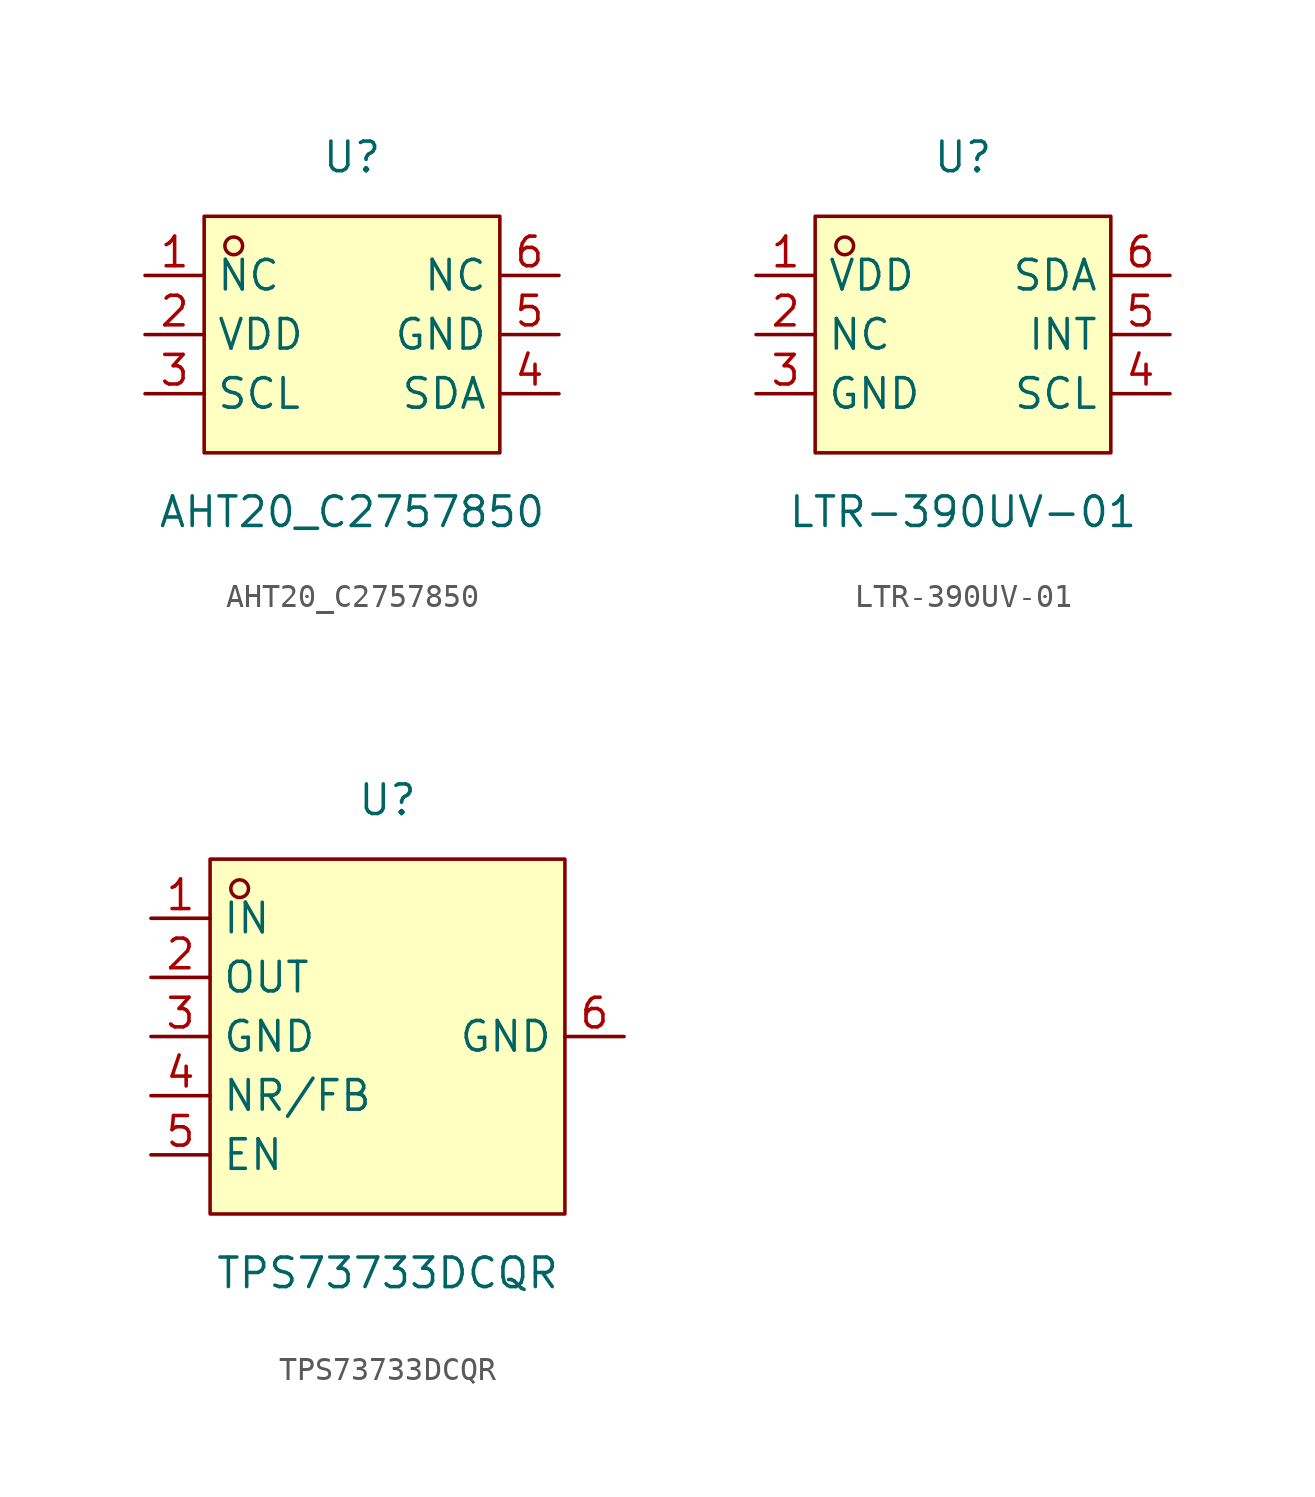
<source format=kicad_sym>
(kicad_symbol_lib
  (version 20211014)
  (generator https://github.com/uPesy/easyeda2kicad.py)
  (symbol "AHT20_C2757850"
    (property "Reference" "U"
      (at 0 7.62 0)
      (effects (font (size 1.27 1.27))))
    (property "Value" "AHT20_C2757850"
      (at 0 -7.62 0)
      (effects (font (size 1.27 1.27))))
    (symbol "AHT20_C2757850_0_1"
      (rectangle (start -6.35 5.08) (end 6.35 -5.08) (stroke (width 0) (type default) (color 0 0 0 0)) (fill (type background)))
      (circle (center -5.08 3.81) (radius 0.38) (stroke (width 0) (type default) (color 0 0 0 0)) (fill (type none)))
      (pin unspecified line (at -8.89 2.54 0) (length 2.54) (name "NC" (effects (font (size 1.27 1.27)))) (number "1" (effects (font (size 1.27 1.27)))))
      (pin unspecified line (at -8.89 -0.00 0) (length 2.54) (name "VDD" (effects (font (size 1.27 1.27)))) (number "2" (effects (font (size 1.27 1.27)))))
      (pin unspecified line (at -8.89 -2.54 0) (length 2.54) (name "SCL" (effects (font (size 1.27 1.27)))) (number "3" (effects (font (size 1.27 1.27)))))
      (pin unspecified line (at 8.89 -2.54 180) (length 2.54) (name "SDA" (effects (font (size 1.27 1.27)))) (number "4" (effects (font (size 1.27 1.27)))))
      (pin unspecified line (at 8.89 -0.00 180) (length 2.54) (name "GND" (effects (font (size 1.27 1.27)))) (number "5" (effects (font (size 1.27 1.27)))))
      (pin unspecified line (at 8.89 2.54 180) (length 2.54) (name "NC" (effects (font (size 1.27 1.27)))) (number "6" (effects (font (size 1.27 1.27)))))))
  (symbol "LTR-390UV-01"
    (property "Reference" "U"
      (at 0 7.62 0)
      (effects (font (size 1.27 1.27))))
    (property "Value" "LTR-390UV-01"
      (at 0 -7.62 0)
      (effects (font (size 1.27 1.27))))
    (symbol "LTR-390UV-01_0_1"
      (rectangle (start -6.35 5.08) (end 6.35 -5.08) (stroke (width 0) (type default) (color 0 0 0 0)) (fill (type background)))
      (circle (center -5.08 3.81) (radius 0.38) (stroke (width 0) (type default) (color 0 0 0 0)) (fill (type none)))
      (pin unspecified line (at -8.89 2.54 0) (length 2.54) (name "VDD" (effects (font (size 1.27 1.27)))) (number "1" (effects (font (size 1.27 1.27)))))
      (pin unspecified line (at -8.89 -0.00 0) (length 2.54) (name "NC" (effects (font (size 1.27 1.27)))) (number "2" (effects (font (size 1.27 1.27)))))
      (pin unspecified line (at -8.89 -2.54 0) (length 2.54) (name "GND" (effects (font (size 1.27 1.27)))) (number "3" (effects (font (size 1.27 1.27)))))
      (pin unspecified line (at 8.89 -2.54 180) (length 2.54) (name "SCL" (effects (font (size 1.27 1.27)))) (number "4" (effects (font (size 1.27 1.27)))))
      (pin unspecified line (at 8.89 -0.00 180) (length 2.54) (name "INT" (effects (font (size 1.27 1.27)))) (number "5" (effects (font (size 1.27 1.27)))))
      (pin unspecified line (at 8.89 2.54 180) (length 2.54) (name "SDA" (effects (font (size 1.27 1.27)))) (number "6" (effects (font (size 1.27 1.27)))))))
  (symbol "TPS73733DCQR"
    (property "Reference" "U"
      (at 0 10.16 0)
      (effects (font (size 1.27 1.27))))
    (property "Value" "TPS73733DCQR"
      (at 0 -10.16 0)
      (effects (font (size 1.27 1.27))))
    (symbol "TPS73733DCQR_0_1"
      (rectangle (start -7.62 7.62) (end 7.62 -7.62) (stroke (width 0) (type default) (color 0 0 0 0)) (fill (type background)))
      (circle (center -6.35 6.35) (radius 0.38) (stroke (width 0) (type default) (color 0 0 0 0)) (fill (type none)))
      (pin unspecified line (at -10.16 5.08 0) (length 2.54) (name "IN" (effects (font (size 1.27 1.27)))) (number "1" (effects (font (size 1.27 1.27)))))
      (pin unspecified line (at -10.16 2.54 0) (length 2.54) (name "OUT" (effects (font (size 1.27 1.27)))) (number "2" (effects (font (size 1.27 1.27)))))
      (pin unspecified line (at -10.16 -0.00 0) (length 2.54) (name "GND" (effects (font (size 1.27 1.27)))) (number "3" (effects (font (size 1.27 1.27)))))
      (pin unspecified line (at -10.16 -2.54 0) (length 2.54) (name "NR/FB" (effects (font (size 1.27 1.27)))) (number "4" (effects (font (size 1.27 1.27)))))
      (pin unspecified line (at -10.16 -5.08 0) (length 2.54) (name "EN" (effects (font (size 1.27 1.27)))) (number "5" (effects (font (size 1.27 1.27)))))
      (pin unspecified line (at 10.16 -0.00 180) (length 2.54) (name "GND" (effects (font (size 1.27 1.27)))) (number "6" (effects (font (size 1.27 1.27))))))))
</source>
